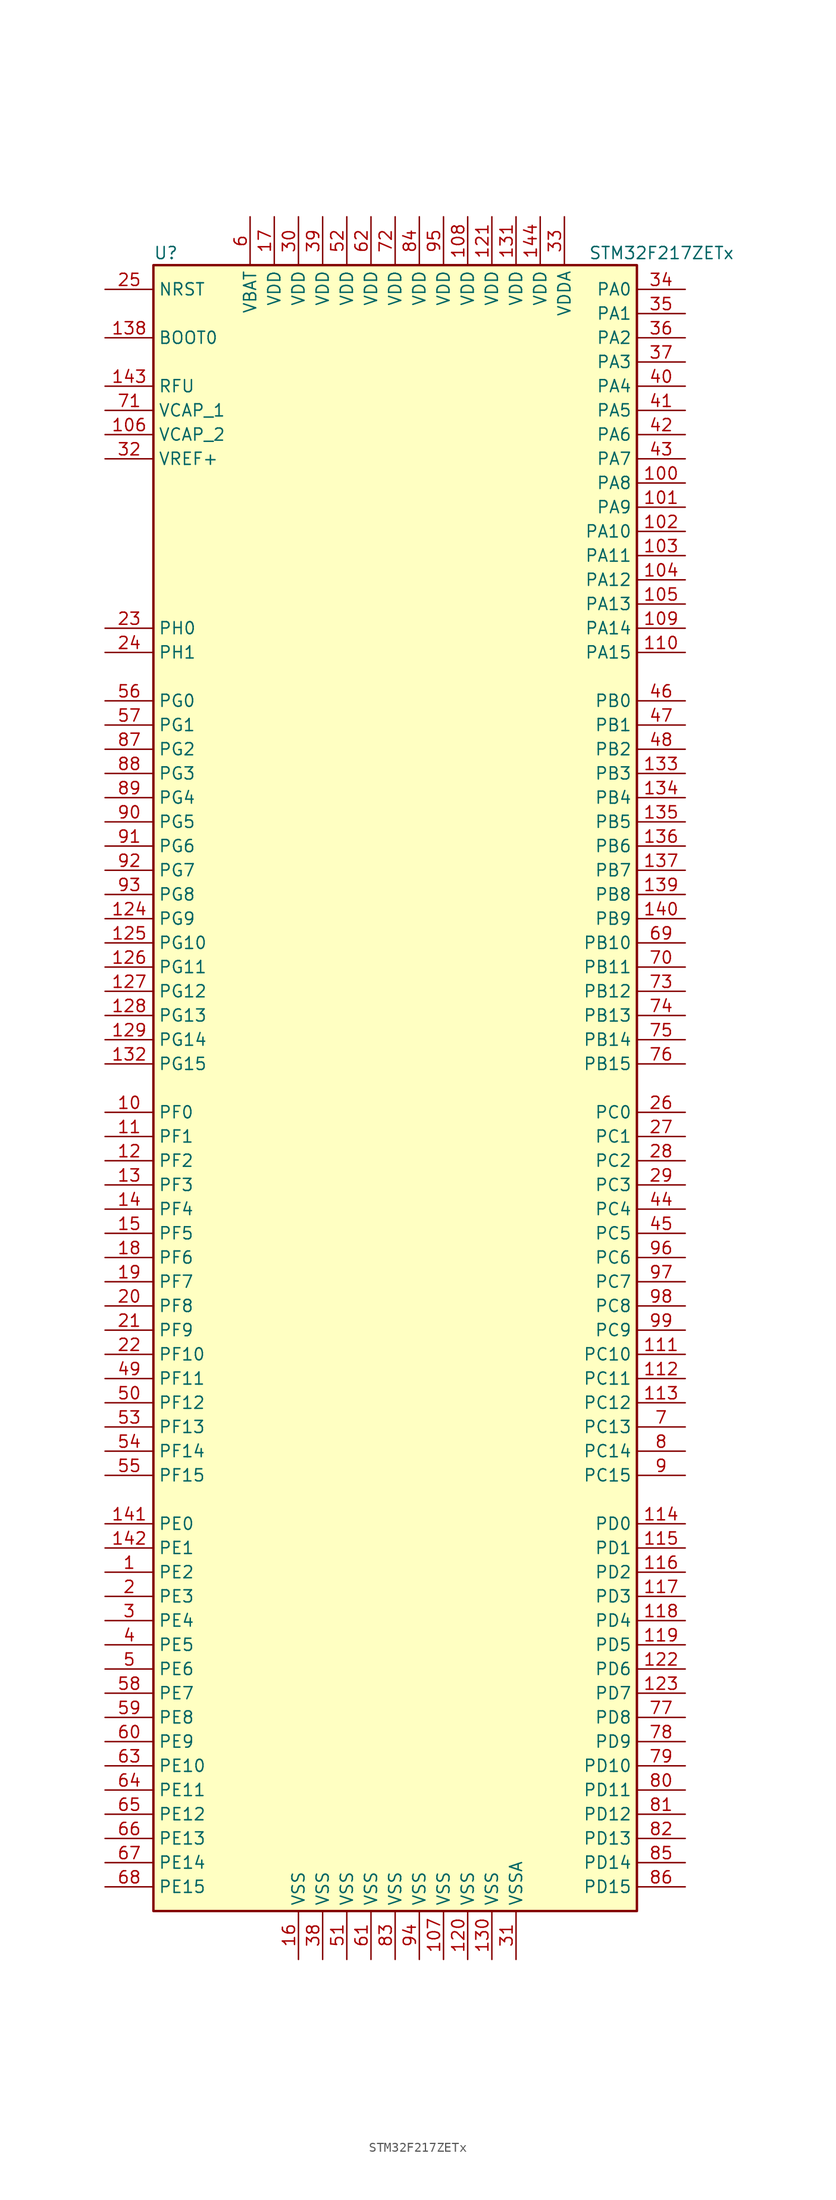
<source format=kicad_sym>
(kicad_symbol_lib
  (version 20201005)
  (generator kicad_symbol_editor)
  (symbol "MCU_ST_STM32F2:STM32F217ZETx"
    (property "Reference" "U"
      (at -25.4 87.63 0)
      (effects (font (size 1.27 1.27)) (justify left)))
    (property "Value" "STM32F217ZETx"
      (at 20.32 87.63 0)
      (effects (font (size 1.27 1.27)) (justify left)))
    (symbol "STM32F217ZETx_0_1"
      (rectangle (start -25.4 -86.36) (end 25.4 86.36) (stroke (width 0.254)) (fill (type background))))
    (symbol "STM32F217ZETx_1_1"
      (pin input line (at -30.48 78.74 0) (length 5.08) (name "BOOT0" (effects (font (size 1.27 1.27)))) (number "138" (effects (font (size 1.27 1.27)))))
      (pin input line (at -30.48 83.82 0) (length 5.08) (name "NRST" (effects (font (size 1.27 1.27)))) (number "25" (effects (font (size 1.27 1.27)))))
      (pin bidirectional line (at 30.48 83.82 180) (length 5.08) (name "PA0" (effects (font (size 1.27 1.27)))) (number "34" (effects (font (size 1.27 1.27)))))
      (pin bidirectional line (at 30.48 81.28 180) (length 5.08) (name "PA1" (effects (font (size 1.27 1.27)))) (number "35" (effects (font (size 1.27 1.27)))))
      (pin bidirectional line (at 30.48 58.42 180) (length 5.08) (name "PA10" (effects (font (size 1.27 1.27)))) (number "102" (effects (font (size 1.27 1.27)))))
      (pin bidirectional line (at 30.48 55.88 180) (length 5.08) (name "PA11" (effects (font (size 1.27 1.27)))) (number "103" (effects (font (size 1.27 1.27)))))
      (pin bidirectional line (at 30.48 53.34 180) (length 5.08) (name "PA12" (effects (font (size 1.27 1.27)))) (number "104" (effects (font (size 1.27 1.27)))))
      (pin bidirectional line (at 30.48 50.8 180) (length 5.08) (name "PA13" (effects (font (size 1.27 1.27)))) (number "105" (effects (font (size 1.27 1.27)))))
      (pin bidirectional line (at 30.48 48.26 180) (length 5.08) (name "PA14" (effects (font (size 1.27 1.27)))) (number "109" (effects (font (size 1.27 1.27)))))
      (pin bidirectional line (at 30.48 45.72 180) (length 5.08) (name "PA15" (effects (font (size 1.27 1.27)))) (number "110" (effects (font (size 1.27 1.27)))))
      (pin bidirectional line (at 30.48 78.74 180) (length 5.08) (name "PA2" (effects (font (size 1.27 1.27)))) (number "36" (effects (font (size 1.27 1.27)))))
      (pin bidirectional line (at 30.48 76.2 180) (length 5.08) (name "PA3" (effects (font (size 1.27 1.27)))) (number "37" (effects (font (size 1.27 1.27)))))
      (pin bidirectional line (at 30.48 73.66 180) (length 5.08) (name "PA4" (effects (font (size 1.27 1.27)))) (number "40" (effects (font (size 1.27 1.27)))))
      (pin bidirectional line (at 30.48 71.12 180) (length 5.08) (name "PA5" (effects (font (size 1.27 1.27)))) (number "41" (effects (font (size 1.27 1.27)))))
      (pin bidirectional line (at 30.48 68.58 180) (length 5.08) (name "PA6" (effects (font (size 1.27 1.27)))) (number "42" (effects (font (size 1.27 1.27)))))
      (pin bidirectional line (at 30.48 66.04 180) (length 5.08) (name "PA7" (effects (font (size 1.27 1.27)))) (number "43" (effects (font (size 1.27 1.27)))))
      (pin bidirectional line (at 30.48 63.5 180) (length 5.08) (name "PA8" (effects (font (size 1.27 1.27)))) (number "100" (effects (font (size 1.27 1.27)))))
      (pin bidirectional line (at 30.48 60.96 180) (length 5.08) (name "PA9" (effects (font (size 1.27 1.27)))) (number "101" (effects (font (size 1.27 1.27)))))
      (pin bidirectional line (at 30.48 40.64 180) (length 5.08) (name "PB0" (effects (font (size 1.27 1.27)))) (number "46" (effects (font (size 1.27 1.27)))))
      (pin bidirectional line (at 30.48 38.1 180) (length 5.08) (name "PB1" (effects (font (size 1.27 1.27)))) (number "47" (effects (font (size 1.27 1.27)))))
      (pin bidirectional line (at 30.48 15.24 180) (length 5.08) (name "PB10" (effects (font (size 1.27 1.27)))) (number "69" (effects (font (size 1.27 1.27)))))
      (pin bidirectional line (at 30.48 12.7 180) (length 5.08) (name "PB11" (effects (font (size 1.27 1.27)))) (number "70" (effects (font (size 1.27 1.27)))))
      (pin bidirectional line (at 30.48 10.16 180) (length 5.08) (name "PB12" (effects (font (size 1.27 1.27)))) (number "73" (effects (font (size 1.27 1.27)))))
      (pin bidirectional line (at 30.48 7.62 180) (length 5.08) (name "PB13" (effects (font (size 1.27 1.27)))) (number "74" (effects (font (size 1.27 1.27)))))
      (pin bidirectional line (at 30.48 5.08 180) (length 5.08) (name "PB14" (effects (font (size 1.27 1.27)))) (number "75" (effects (font (size 1.27 1.27)))))
      (pin bidirectional line (at 30.48 2.54 180) (length 5.08) (name "PB15" (effects (font (size 1.27 1.27)))) (number "76" (effects (font (size 1.27 1.27)))))
      (pin bidirectional line (at 30.48 35.56 180) (length 5.08) (name "PB2" (effects (font (size 1.27 1.27)))) (number "48" (effects (font (size 1.27 1.27)))))
      (pin bidirectional line (at 30.48 33.02 180) (length 5.08) (name "PB3" (effects (font (size 1.27 1.27)))) (number "133" (effects (font (size 1.27 1.27)))))
      (pin bidirectional line (at 30.48 30.48 180) (length 5.08) (name "PB4" (effects (font (size 1.27 1.27)))) (number "134" (effects (font (size 1.27 1.27)))))
      (pin bidirectional line (at 30.48 27.94 180) (length 5.08) (name "PB5" (effects (font (size 1.27 1.27)))) (number "135" (effects (font (size 1.27 1.27)))))
      (pin bidirectional line (at 30.48 25.4 180) (length 5.08) (name "PB6" (effects (font (size 1.27 1.27)))) (number "136" (effects (font (size 1.27 1.27)))))
      (pin bidirectional line (at 30.48 22.86 180) (length 5.08) (name "PB7" (effects (font (size 1.27 1.27)))) (number "137" (effects (font (size 1.27 1.27)))))
      (pin bidirectional line (at 30.48 20.32 180) (length 5.08) (name "PB8" (effects (font (size 1.27 1.27)))) (number "139" (effects (font (size 1.27 1.27)))))
      (pin bidirectional line (at 30.48 17.78 180) (length 5.08) (name "PB9" (effects (font (size 1.27 1.27)))) (number "140" (effects (font (size 1.27 1.27)))))
      (pin bidirectional line (at 30.48 -2.54 180) (length 5.08) (name "PC0" (effects (font (size 1.27 1.27)))) (number "26" (effects (font (size 1.27 1.27)))))
      (pin bidirectional line (at 30.48 -5.08 180) (length 5.08) (name "PC1" (effects (font (size 1.27 1.27)))) (number "27" (effects (font (size 1.27 1.27)))))
      (pin bidirectional line (at 30.48 -27.94 180) (length 5.08) (name "PC10" (effects (font (size 1.27 1.27)))) (number "111" (effects (font (size 1.27 1.27)))))
      (pin bidirectional line (at 30.48 -30.48 180) (length 5.08) (name "PC11" (effects (font (size 1.27 1.27)))) (number "112" (effects (font (size 1.27 1.27)))))
      (pin bidirectional line (at 30.48 -33.02 180) (length 5.08) (name "PC12" (effects (font (size 1.27 1.27)))) (number "113" (effects (font (size 1.27 1.27)))))
      (pin bidirectional line (at 30.48 -35.56 180) (length 5.08) (name "PC13" (effects (font (size 1.27 1.27)))) (number "7" (effects (font (size 1.27 1.27)))))
      (pin bidirectional line (at 30.48 -38.1 180) (length 5.08) (name "PC14" (effects (font (size 1.27 1.27)))) (number "8" (effects (font (size 1.27 1.27)))))
      (pin bidirectional line (at 30.48 -40.64 180) (length 5.08) (name "PC15" (effects (font (size 1.27 1.27)))) (number "9" (effects (font (size 1.27 1.27)))))
      (pin bidirectional line (at 30.48 -7.62 180) (length 5.08) (name "PC2" (effects (font (size 1.27 1.27)))) (number "28" (effects (font (size 1.27 1.27)))))
      (pin bidirectional line (at 30.48 -10.16 180) (length 5.08) (name "PC3" (effects (font (size 1.27 1.27)))) (number "29" (effects (font (size 1.27 1.27)))))
      (pin bidirectional line (at 30.48 -12.7 180) (length 5.08) (name "PC4" (effects (font (size 1.27 1.27)))) (number "44" (effects (font (size 1.27 1.27)))))
      (pin bidirectional line (at 30.48 -15.24 180) (length 5.08) (name "PC5" (effects (font (size 1.27 1.27)))) (number "45" (effects (font (size 1.27 1.27)))))
      (pin bidirectional line (at 30.48 -17.78 180) (length 5.08) (name "PC6" (effects (font (size 1.27 1.27)))) (number "96" (effects (font (size 1.27 1.27)))))
      (pin bidirectional line (at 30.48 -20.32 180) (length 5.08) (name "PC7" (effects (font (size 1.27 1.27)))) (number "97" (effects (font (size 1.27 1.27)))))
      (pin bidirectional line (at 30.48 -22.86 180) (length 5.08) (name "PC8" (effects (font (size 1.27 1.27)))) (number "98" (effects (font (size 1.27 1.27)))))
      (pin bidirectional line (at 30.48 -25.4 180) (length 5.08) (name "PC9" (effects (font (size 1.27 1.27)))) (number "99" (effects (font (size 1.27 1.27)))))
      (pin bidirectional line (at 30.48 -45.72 180) (length 5.08) (name "PD0" (effects (font (size 1.27 1.27)))) (number "114" (effects (font (size 1.27 1.27)))))
      (pin bidirectional line (at 30.48 -48.26 180) (length 5.08) (name "PD1" (effects (font (size 1.27 1.27)))) (number "115" (effects (font (size 1.27 1.27)))))
      (pin bidirectional line (at 30.48 -71.12 180) (length 5.08) (name "PD10" (effects (font (size 1.27 1.27)))) (number "79" (effects (font (size 1.27 1.27)))))
      (pin bidirectional line (at 30.48 -73.66 180) (length 5.08) (name "PD11" (effects (font (size 1.27 1.27)))) (number "80" (effects (font (size 1.27 1.27)))))
      (pin bidirectional line (at 30.48 -76.2 180) (length 5.08) (name "PD12" (effects (font (size 1.27 1.27)))) (number "81" (effects (font (size 1.27 1.27)))))
      (pin bidirectional line (at 30.48 -78.74 180) (length 5.08) (name "PD13" (effects (font (size 1.27 1.27)))) (number "82" (effects (font (size 1.27 1.27)))))
      (pin bidirectional line (at 30.48 -81.28 180) (length 5.08) (name "PD14" (effects (font (size 1.27 1.27)))) (number "85" (effects (font (size 1.27 1.27)))))
      (pin bidirectional line (at 30.48 -83.82 180) (length 5.08) (name "PD15" (effects (font (size 1.27 1.27)))) (number "86" (effects (font (size 1.27 1.27)))))
      (pin bidirectional line (at 30.48 -50.8 180) (length 5.08) (name "PD2" (effects (font (size 1.27 1.27)))) (number "116" (effects (font (size 1.27 1.27)))))
      (pin bidirectional line (at 30.48 -53.34 180) (length 5.08) (name "PD3" (effects (font (size 1.27 1.27)))) (number "117" (effects (font (size 1.27 1.27)))))
      (pin bidirectional line (at 30.48 -55.88 180) (length 5.08) (name "PD4" (effects (font (size 1.27 1.27)))) (number "118" (effects (font (size 1.27 1.27)))))
      (pin bidirectional line (at 30.48 -58.42 180) (length 5.08) (name "PD5" (effects (font (size 1.27 1.27)))) (number "119" (effects (font (size 1.27 1.27)))))
      (pin bidirectional line (at 30.48 -60.96 180) (length 5.08) (name "PD6" (effects (font (size 1.27 1.27)))) (number "122" (effects (font (size 1.27 1.27)))))
      (pin bidirectional line (at 30.48 -63.5 180) (length 5.08) (name "PD7" (effects (font (size 1.27 1.27)))) (number "123" (effects (font (size 1.27 1.27)))))
      (pin bidirectional line (at 30.48 -66.04 180) (length 5.08) (name "PD8" (effects (font (size 1.27 1.27)))) (number "77" (effects (font (size 1.27 1.27)))))
      (pin bidirectional line (at 30.48 -68.58 180) (length 5.08) (name "PD9" (effects (font (size 1.27 1.27)))) (number "78" (effects (font (size 1.27 1.27)))))
      (pin bidirectional line (at -30.48 -45.72 0) (length 5.08) (name "PE0" (effects (font (size 1.27 1.27)))) (number "141" (effects (font (size 1.27 1.27)))))
      (pin bidirectional line (at -30.48 -48.26 0) (length 5.08) (name "PE1" (effects (font (size 1.27 1.27)))) (number "142" (effects (font (size 1.27 1.27)))))
      (pin bidirectional line (at -30.48 -71.12 0) (length 5.08) (name "PE10" (effects (font (size 1.27 1.27)))) (number "63" (effects (font (size 1.27 1.27)))))
      (pin bidirectional line (at -30.48 -73.66 0) (length 5.08) (name "PE11" (effects (font (size 1.27 1.27)))) (number "64" (effects (font (size 1.27 1.27)))))
      (pin bidirectional line (at -30.48 -76.2 0) (length 5.08) (name "PE12" (effects (font (size 1.27 1.27)))) (number "65" (effects (font (size 1.27 1.27)))))
      (pin bidirectional line (at -30.48 -78.74 0) (length 5.08) (name "PE13" (effects (font (size 1.27 1.27)))) (number "66" (effects (font (size 1.27 1.27)))))
      (pin bidirectional line (at -30.48 -81.28 0) (length 5.08) (name "PE14" (effects (font (size 1.27 1.27)))) (number "67" (effects (font (size 1.27 1.27)))))
      (pin bidirectional line (at -30.48 -83.82 0) (length 5.08) (name "PE15" (effects (font (size 1.27 1.27)))) (number "68" (effects (font (size 1.27 1.27)))))
      (pin bidirectional line (at -30.48 -50.8 0) (length 5.08) (name "PE2" (effects (font (size 1.27 1.27)))) (number "1" (effects (font (size 1.27 1.27)))))
      (pin bidirectional line (at -30.48 -53.34 0) (length 5.08) (name "PE3" (effects (font (size 1.27 1.27)))) (number "2" (effects (font (size 1.27 1.27)))))
      (pin bidirectional line (at -30.48 -55.88 0) (length 5.08) (name "PE4" (effects (font (size 1.27 1.27)))) (number "3" (effects (font (size 1.27 1.27)))))
      (pin bidirectional line (at -30.48 -58.42 0) (length 5.08) (name "PE5" (effects (font (size 1.27 1.27)))) (number "4" (effects (font (size 1.27 1.27)))))
      (pin bidirectional line (at -30.48 -60.96 0) (length 5.08) (name "PE6" (effects (font (size 1.27 1.27)))) (number "5" (effects (font (size 1.27 1.27)))))
      (pin bidirectional line (at -30.48 -63.5 0) (length 5.08) (name "PE7" (effects (font (size 1.27 1.27)))) (number "58" (effects (font (size 1.27 1.27)))))
      (pin bidirectional line (at -30.48 -66.04 0) (length 5.08) (name "PE8" (effects (font (size 1.27 1.27)))) (number "59" (effects (font (size 1.27 1.27)))))
      (pin bidirectional line (at -30.48 -68.58 0) (length 5.08) (name "PE9" (effects (font (size 1.27 1.27)))) (number "60" (effects (font (size 1.27 1.27)))))
      (pin bidirectional line (at -30.48 -2.54 0) (length 5.08) (name "PF0" (effects (font (size 1.27 1.27)))) (number "10" (effects (font (size 1.27 1.27)))))
      (pin bidirectional line (at -30.48 -5.08 0) (length 5.08) (name "PF1" (effects (font (size 1.27 1.27)))) (number "11" (effects (font (size 1.27 1.27)))))
      (pin bidirectional line (at -30.48 -27.94 0) (length 5.08) (name "PF10" (effects (font (size 1.27 1.27)))) (number "22" (effects (font (size 1.27 1.27)))))
      (pin bidirectional line (at -30.48 -30.48 0) (length 5.08) (name "PF11" (effects (font (size 1.27 1.27)))) (number "49" (effects (font (size 1.27 1.27)))))
      (pin bidirectional line (at -30.48 -33.02 0) (length 5.08) (name "PF12" (effects (font (size 1.27 1.27)))) (number "50" (effects (font (size 1.27 1.27)))))
      (pin bidirectional line (at -30.48 -35.56 0) (length 5.08) (name "PF13" (effects (font (size 1.27 1.27)))) (number "53" (effects (font (size 1.27 1.27)))))
      (pin bidirectional line (at -30.48 -38.1 0) (length 5.08) (name "PF14" (effects (font (size 1.27 1.27)))) (number "54" (effects (font (size 1.27 1.27)))))
      (pin bidirectional line (at -30.48 -40.64 0) (length 5.08) (name "PF15" (effects (font (size 1.27 1.27)))) (number "55" (effects (font (size 1.27 1.27)))))
      (pin bidirectional line (at -30.48 -7.62 0) (length 5.08) (name "PF2" (effects (font (size 1.27 1.27)))) (number "12" (effects (font (size 1.27 1.27)))))
      (pin bidirectional line (at -30.48 -10.16 0) (length 5.08) (name "PF3" (effects (font (size 1.27 1.27)))) (number "13" (effects (font (size 1.27 1.27)))))
      (pin bidirectional line (at -30.48 -12.7 0) (length 5.08) (name "PF4" (effects (font (size 1.27 1.27)))) (number "14" (effects (font (size 1.27 1.27)))))
      (pin bidirectional line (at -30.48 -15.24 0) (length 5.08) (name "PF5" (effects (font (size 1.27 1.27)))) (number "15" (effects (font (size 1.27 1.27)))))
      (pin bidirectional line (at -30.48 -17.78 0) (length 5.08) (name "PF6" (effects (font (size 1.27 1.27)))) (number "18" (effects (font (size 1.27 1.27)))))
      (pin bidirectional line (at -30.48 -20.32 0) (length 5.08) (name "PF7" (effects (font (size 1.27 1.27)))) (number "19" (effects (font (size 1.27 1.27)))))
      (pin bidirectional line (at -30.48 -22.86 0) (length 5.08) (name "PF8" (effects (font (size 1.27 1.27)))) (number "20" (effects (font (size 1.27 1.27)))))
      (pin bidirectional line (at -30.48 -25.4 0) (length 5.08) (name "PF9" (effects (font (size 1.27 1.27)))) (number "21" (effects (font (size 1.27 1.27)))))
      (pin bidirectional line (at -30.48 40.64 0) (length 5.08) (name "PG0" (effects (font (size 1.27 1.27)))) (number "56" (effects (font (size 1.27 1.27)))))
      (pin bidirectional line (at -30.48 38.1 0) (length 5.08) (name "PG1" (effects (font (size 1.27 1.27)))) (number "57" (effects (font (size 1.27 1.27)))))
      (pin bidirectional line (at -30.48 15.24 0) (length 5.08) (name "PG10" (effects (font (size 1.27 1.27)))) (number "125" (effects (font (size 1.27 1.27)))))
      (pin bidirectional line (at -30.48 12.7 0) (length 5.08) (name "PG11" (effects (font (size 1.27 1.27)))) (number "126" (effects (font (size 1.27 1.27)))))
      (pin bidirectional line (at -30.48 10.16 0) (length 5.08) (name "PG12" (effects (font (size 1.27 1.27)))) (number "127" (effects (font (size 1.27 1.27)))))
      (pin bidirectional line (at -30.48 7.62 0) (length 5.08) (name "PG13" (effects (font (size 1.27 1.27)))) (number "128" (effects (font (size 1.27 1.27)))))
      (pin bidirectional line (at -30.48 5.08 0) (length 5.08) (name "PG14" (effects (font (size 1.27 1.27)))) (number "129" (effects (font (size 1.27 1.27)))))
      (pin bidirectional line (at -30.48 2.54 0) (length 5.08) (name "PG15" (effects (font (size 1.27 1.27)))) (number "132" (effects (font (size 1.27 1.27)))))
      (pin bidirectional line (at -30.48 35.56 0) (length 5.08) (name "PG2" (effects (font (size 1.27 1.27)))) (number "87" (effects (font (size 1.27 1.27)))))
      (pin bidirectional line (at -30.48 33.02 0) (length 5.08) (name "PG3" (effects (font (size 1.27 1.27)))) (number "88" (effects (font (size 1.27 1.27)))))
      (pin bidirectional line (at -30.48 30.48 0) (length 5.08) (name "PG4" (effects (font (size 1.27 1.27)))) (number "89" (effects (font (size 1.27 1.27)))))
      (pin bidirectional line (at -30.48 27.94 0) (length 5.08) (name "PG5" (effects (font (size 1.27 1.27)))) (number "90" (effects (font (size 1.27 1.27)))))
      (pin bidirectional line (at -30.48 25.4 0) (length 5.08) (name "PG6" (effects (font (size 1.27 1.27)))) (number "91" (effects (font (size 1.27 1.27)))))
      (pin bidirectional line (at -30.48 22.86 0) (length 5.08) (name "PG7" (effects (font (size 1.27 1.27)))) (number "92" (effects (font (size 1.27 1.27)))))
      (pin bidirectional line (at -30.48 20.32 0) (length 5.08) (name "PG8" (effects (font (size 1.27 1.27)))) (number "93" (effects (font (size 1.27 1.27)))))
      (pin bidirectional line (at -30.48 17.78 0) (length 5.08) (name "PG9" (effects (font (size 1.27 1.27)))) (number "124" (effects (font (size 1.27 1.27)))))
      (pin input line (at -30.48 48.26 0) (length 5.08) (name "PH0" (effects (font (size 1.27 1.27)))) (number "23" (effects (font (size 1.27 1.27)))))
      (pin input line (at -30.48 45.72 0) (length 5.08) (name "PH1" (effects (font (size 1.27 1.27)))) (number "24" (effects (font (size 1.27 1.27)))))
      (pin power_in line (at -30.48 73.66 0) (length 5.08) (name "RFU" (effects (font (size 1.27 1.27)))) (number "143" (effects (font (size 1.27 1.27)))))
      (pin power_in line (at -15.24 91.44 270) (length 5.08) (name "VBAT" (effects (font (size 1.27 1.27)))) (number "6" (effects (font (size 1.27 1.27)))))
      (pin power_in line (at -30.48 71.12 0) (length 5.08) (name "VCAP_1" (effects (font (size 1.27 1.27)))) (number "71" (effects (font (size 1.27 1.27)))))
      (pin power_in line (at -30.48 68.58 0) (length 5.08) (name "VCAP_2" (effects (font (size 1.27 1.27)))) (number "106" (effects (font (size 1.27 1.27)))))
      (pin power_in line (at 7.62 91.44 270) (length 5.08) (name "VDD" (effects (font (size 1.27 1.27)))) (number "108" (effects (font (size 1.27 1.27)))))
      (pin power_in line (at 10.16 91.44 270) (length 5.08) (name "VDD" (effects (font (size 1.27 1.27)))) (number "121" (effects (font (size 1.27 1.27)))))
      (pin power_in line (at 12.7 91.44 270) (length 5.08) (name "VDD" (effects (font (size 1.27 1.27)))) (number "131" (effects (font (size 1.27 1.27)))))
      (pin power_in line (at 15.24 91.44 270) (length 5.08) (name "VDD" (effects (font (size 1.27 1.27)))) (number "144" (effects (font (size 1.27 1.27)))))
      (pin power_in line (at -12.7 91.44 270) (length 5.08) (name "VDD" (effects (font (size 1.27 1.27)))) (number "17" (effects (font (size 1.27 1.27)))))
      (pin power_in line (at -10.16 91.44 270) (length 5.08) (name "VDD" (effects (font (size 1.27 1.27)))) (number "30" (effects (font (size 1.27 1.27)))))
      (pin power_in line (at -7.62 91.44 270) (length 5.08) (name "VDD" (effects (font (size 1.27 1.27)))) (number "39" (effects (font (size 1.27 1.27)))))
      (pin power_in line (at -5.08 91.44 270) (length 5.08) (name "VDD" (effects (font (size 1.27 1.27)))) (number "52" (effects (font (size 1.27 1.27)))))
      (pin power_in line (at -2.54 91.44 270) (length 5.08) (name "VDD" (effects (font (size 1.27 1.27)))) (number "62" (effects (font (size 1.27 1.27)))))
      (pin power_in line (at 0 91.44 270) (length 5.08) (name "VDD" (effects (font (size 1.27 1.27)))) (number "72" (effects (font (size 1.27 1.27)))))
      (pin power_in line (at 2.54 91.44 270) (length 5.08) (name "VDD" (effects (font (size 1.27 1.27)))) (number "84" (effects (font (size 1.27 1.27)))))
      (pin power_in line (at 5.08 91.44 270) (length 5.08) (name "VDD" (effects (font (size 1.27 1.27)))) (number "95" (effects (font (size 1.27 1.27)))))
      (pin power_in line (at 17.78 91.44 270) (length 5.08) (name "VDDA" (effects (font (size 1.27 1.27)))) (number "33" (effects (font (size 1.27 1.27)))))
      (pin power_in line (at -30.48 66.04 0) (length 5.08) (name "VREF+" (effects (font (size 1.27 1.27)))) (number "32" (effects (font (size 1.27 1.27)))))
      (pin power_in line (at 5.08 -91.44 90) (length 5.08) (name "VSS" (effects (font (size 1.27 1.27)))) (number "107" (effects (font (size 1.27 1.27)))))
      (pin power_in line (at 7.62 -91.44 90) (length 5.08) (name "VSS" (effects (font (size 1.27 1.27)))) (number "120" (effects (font (size 1.27 1.27)))))
      (pin power_in line (at 10.16 -91.44 90) (length 5.08) (name "VSS" (effects (font (size 1.27 1.27)))) (number "130" (effects (font (size 1.27 1.27)))))
      (pin power_in line (at -10.16 -91.44 90) (length 5.08) (name "VSS" (effects (font (size 1.27 1.27)))) (number "16" (effects (font (size 1.27 1.27)))))
      (pin power_in line (at -7.62 -91.44 90) (length 5.08) (name "VSS" (effects (font (size 1.27 1.27)))) (number "38" (effects (font (size 1.27 1.27)))))
      (pin power_in line (at -5.08 -91.44 90) (length 5.08) (name "VSS" (effects (font (size 1.27 1.27)))) (number "51" (effects (font (size 1.27 1.27)))))
      (pin power_in line (at -2.54 -91.44 90) (length 5.08) (name "VSS" (effects (font (size 1.27 1.27)))) (number "61" (effects (font (size 1.27 1.27)))))
      (pin power_in line (at 0 -91.44 90) (length 5.08) (name "VSS" (effects (font (size 1.27 1.27)))) (number "83" (effects (font (size 1.27 1.27)))))
      (pin power_in line (at 2.54 -91.44 90) (length 5.08) (name "VSS" (effects (font (size 1.27 1.27)))) (number "94" (effects (font (size 1.27 1.27)))))
      (pin power_in line (at 12.7 -91.44 90) (length 5.08) (name "VSSA" (effects (font (size 1.27 1.27)))) (number "31" (effects (font (size 1.27 1.27))))))))
</source>
